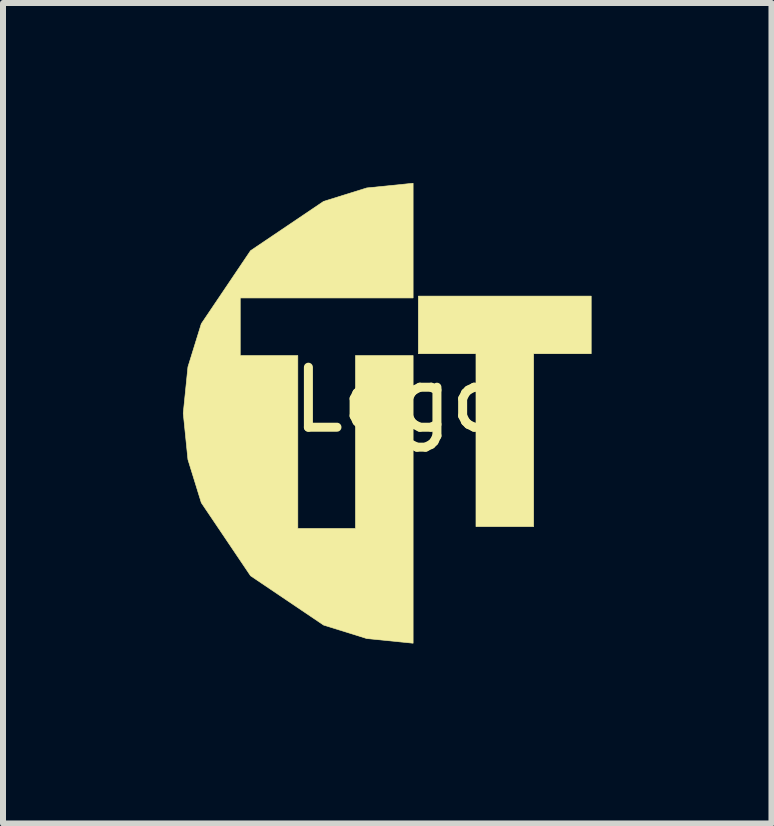
<source format=kicad_pcb>
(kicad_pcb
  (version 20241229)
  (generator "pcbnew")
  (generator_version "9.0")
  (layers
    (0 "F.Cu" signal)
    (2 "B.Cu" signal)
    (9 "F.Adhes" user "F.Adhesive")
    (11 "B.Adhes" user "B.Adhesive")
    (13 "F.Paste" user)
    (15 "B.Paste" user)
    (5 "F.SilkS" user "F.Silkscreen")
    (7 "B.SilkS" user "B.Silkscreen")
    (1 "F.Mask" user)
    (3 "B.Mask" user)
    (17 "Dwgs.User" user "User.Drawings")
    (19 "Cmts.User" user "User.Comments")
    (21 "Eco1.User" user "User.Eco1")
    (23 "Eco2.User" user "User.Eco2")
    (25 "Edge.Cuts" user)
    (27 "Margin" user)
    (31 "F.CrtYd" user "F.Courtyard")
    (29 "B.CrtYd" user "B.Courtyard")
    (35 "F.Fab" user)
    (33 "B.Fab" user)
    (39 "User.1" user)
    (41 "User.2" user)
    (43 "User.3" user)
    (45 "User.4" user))
  (footprint "Logo"
    (layer "F.Cu")
    (at 3.615 4.117)
    (property "Reference" "Logo" (at 0 -0.5 0) (unlocked yes) (layer "F.SilkS") (effects (font (size 1 1) (thickness 0.15))))
    (attr smd)
    (fp_poly (pts (xy 3.191 -1.27) (xy 2.231 -1.27) (xy 2.231 1.612) (xy 1.27 1.612) (xy 1.27 -1.27) (xy 0.309 -1.27) (xy 0.309 -2.231) (xy 3.191 -2.231)) (stroke (width 0.01) (type solid)) (fill yes) (layer "F.SilkS"))
    (fp_poly (pts (xy 0.222 -2.2) (xy -2.66 -2.2) (xy -2.66 -1.24) (xy -1.7 -1.24) (xy -1.7 1.643) (xy -0.739 1.643) (xy -0.739 -1.24) (xy 0.222 -1.24) (xy 0.222 3.556) (xy -0.551 3.478) (xy -1.27 3.254) (xy -2.488 2.432) (xy -3.309 1.214) (xy -3.532 0.494) (xy -3.61 -0.278) (xy -3.532 -1.05) (xy -3.309 -1.77) (xy -2.488 -2.988) (xy -1.27 -3.81) (xy -0.551 -4.034) (xy 0.222 -4.112)) (stroke (width 0.01) (type solid)) (fill yes) (layer "F.SilkS")))
  (gr_rect
    (start -3 -3)
    (end 9.811 10.678)
    (stroke (width 0.1) (type default))
    (fill no)
    (layer "Edge.Cuts")))
</source>
